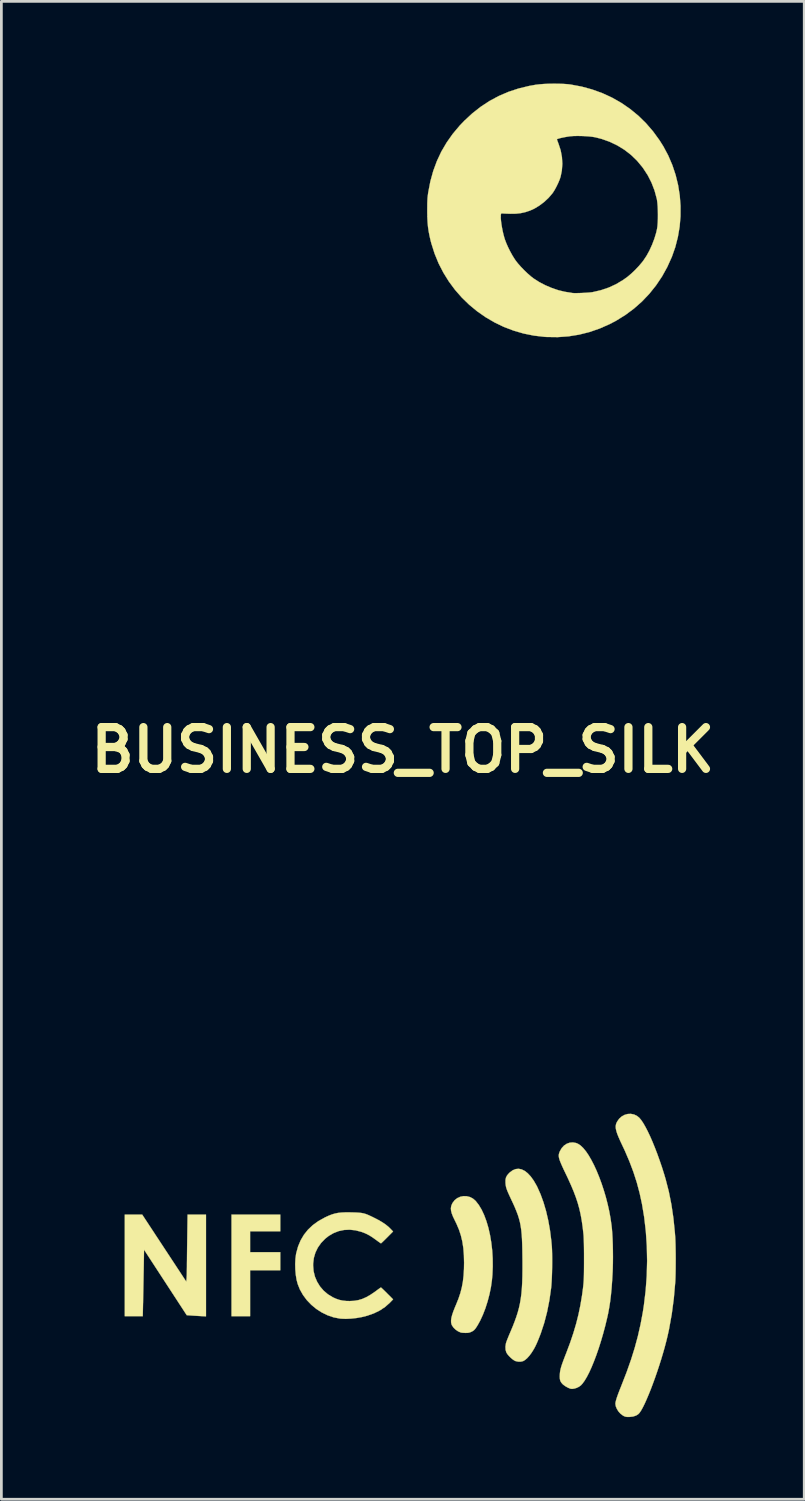
<source format=kicad_pcb>
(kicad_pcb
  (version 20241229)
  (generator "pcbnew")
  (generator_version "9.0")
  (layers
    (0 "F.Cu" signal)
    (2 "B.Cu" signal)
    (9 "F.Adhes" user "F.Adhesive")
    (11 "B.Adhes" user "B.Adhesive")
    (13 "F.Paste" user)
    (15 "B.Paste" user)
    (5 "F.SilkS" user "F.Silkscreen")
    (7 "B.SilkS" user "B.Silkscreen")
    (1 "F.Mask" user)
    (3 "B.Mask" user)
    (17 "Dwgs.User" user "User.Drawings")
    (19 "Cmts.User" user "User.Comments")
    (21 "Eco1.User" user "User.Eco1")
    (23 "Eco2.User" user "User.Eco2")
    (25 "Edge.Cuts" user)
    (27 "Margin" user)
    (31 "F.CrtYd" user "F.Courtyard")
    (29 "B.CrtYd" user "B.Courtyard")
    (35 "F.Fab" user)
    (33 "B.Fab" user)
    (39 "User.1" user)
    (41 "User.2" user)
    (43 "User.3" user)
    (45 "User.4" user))
  (footprint "BUSINESS_TOP_SILK"
    (layer "F.Cu")
    (at 11.655 24.329)
    (property "Reference" "BUSINESS_TOP_SILK" (at 0 0 0) (layer "F.SilkS") (effects (font (size 1.524 1.524) (thickness 0.3))))
    (attr through_hole)
    (fp_poly (pts (xy -4.473 17.572) (xy -5.575 17.572) (xy -5.575 18.334) (xy -4.473 18.334) (xy -4.473 18.995) (xy -5.575 18.995) (xy -5.575 20.672) (xy -6.253 20.672) (xy -6.253 16.962) (xy -4.473 16.962) (xy -4.473 17.572)) (stroke (width 0.01) (type solid)) (fill yes) (layer "F.SilkS"))
    (fp_poly (pts (xy -7.185 20.677) (xy -7.392 20.666) (xy -7.491 20.66) (xy -7.594 20.654) (xy -7.688 20.648) (xy -7.744 20.644) (xy -7.888 20.634) (xy -9.447 18.242) (xy -9.459 18.978) (xy -9.463 19.157) (xy -9.466 19.346) (xy -9.47 19.537) (xy -9.473 19.723) (xy -9.477 19.898) (xy -9.48 20.054) (xy -9.482 20.184) (xy -9.483 20.194) (xy -9.493 20.672) (xy -10.15 20.672) (xy -10.15 16.962) (xy -9.832 16.962) (xy -9.514 16.962) (xy -8.71 18.185) (xy -7.905 19.409) (xy -7.894 19.299) (xy -7.891 19.248) (xy -7.887 19.17) (xy -7.885 19.073) (xy -7.883 18.964) (xy -7.881 18.851) (xy -7.881 18.841) (xy -7.881 18.747) (xy -7.879 18.625) (xy -7.878 18.481) (xy -7.876 18.32) (xy -7.874 18.149) (xy -7.871 17.972) (xy -7.869 17.796) (xy -7.868 17.727) (xy -7.857 16.962) (xy -7.185 16.962) (xy -7.185 20.677)) (stroke (width 0.01) (type solid)) (fill yes) (layer "F.SilkS"))
    (fp_poly (pts (xy 2.332 16.291) (xy 2.449 16.32) (xy 2.559 16.376) (xy 2.657 16.46) (xy 2.657 16.46) (xy 2.771 16.605) (xy 2.876 16.779) (xy 2.97 16.98) (xy 3.053 17.204) (xy 3.125 17.447) (xy 3.184 17.708) (xy 3.23 17.982) (xy 3.263 18.266) (xy 3.281 18.558) (xy 3.284 18.854) (xy 3.272 19.15) (xy 3.253 19.359) (xy 3.217 19.612) (xy 3.164 19.87) (xy 3.096 20.128) (xy 3.016 20.379) (xy 2.925 20.615) (xy 2.826 20.83) (xy 2.742 20.983) (xy 2.689 21.068) (xy 2.646 21.13) (xy 2.606 21.174) (xy 2.565 21.207) (xy 2.516 21.234) (xy 2.499 21.242) (xy 2.44 21.266) (xy 2.379 21.278) (xy 2.301 21.281) (xy 2.288 21.281) (xy 2.219 21.278) (xy 2.159 21.274) (xy 2.12 21.267) (xy 2.118 21.267) (xy 2.021 21.225) (xy 1.93 21.163) (xy 1.852 21.088) (xy 1.796 21.007) (xy 1.778 20.965) (xy 1.763 20.898) (xy 1.762 20.822) (xy 1.774 20.732) (xy 1.801 20.626) (xy 1.843 20.499) (xy 1.902 20.35) (xy 1.946 20.246) (xy 2.032 20.032) (xy 2.101 19.826) (xy 2.154 19.621) (xy 2.193 19.412) (xy 2.219 19.189) (xy 2.233 18.947) (xy 2.237 18.719) (xy 2.23 18.438) (xy 2.21 18.183) (xy 2.174 17.948) (xy 2.121 17.726) (xy 2.051 17.512) (xy 1.961 17.3) (xy 1.901 17.177) (xy 1.834 17.038) (xy 1.788 16.921) (xy 1.762 16.82) (xy 1.755 16.731) (xy 1.768 16.648) (xy 1.8 16.568) (xy 1.819 16.532) (xy 1.895 16.433) (xy 1.989 16.36) (xy 2.097 16.311) (xy 2.213 16.288) (xy 2.332 16.291)) (stroke (width 0.01) (type solid)) (fill yes) (layer "F.SilkS"))
    (fp_poly (pts (xy 4.338 15.311) (xy 4.448 15.365) (xy 4.558 15.45) (xy 4.667 15.566) (xy 4.774 15.713) (xy 4.877 15.89) (xy 4.91 15.953) (xy 5.029 16.22) (xy 5.136 16.515) (xy 5.23 16.835) (xy 5.309 17.175) (xy 5.373 17.533) (xy 5.42 17.905) (xy 5.441 18.131) (xy 5.447 18.249) (xy 5.451 18.392) (xy 5.453 18.554) (xy 5.453 18.728) (xy 5.451 18.907) (xy 5.447 19.086) (xy 5.441 19.256) (xy 5.433 19.411) (xy 5.424 19.545) (xy 5.415 19.639) (xy 5.351 20.09) (xy 5.267 20.515) (xy 5.163 20.915) (xy 5.039 21.292) (xy 4.987 21.426) (xy 4.933 21.561) (xy 4.885 21.672) (xy 4.841 21.765) (xy 4.798 21.847) (xy 4.75 21.928) (xy 4.7 22.006) (xy 4.622 22.112) (xy 4.54 22.203) (xy 4.46 22.271) (xy 4.393 22.31) (xy 4.311 22.33) (xy 4.216 22.331) (xy 4.125 22.312) (xy 4.085 22.296) (xy 4.019 22.254) (xy 3.947 22.194) (xy 3.877 22.125) (xy 3.818 22.055) (xy 3.78 21.993) (xy 3.779 21.992) (xy 3.752 21.897) (xy 3.747 21.787) (xy 3.763 21.672) (xy 3.772 21.638) (xy 3.787 21.593) (xy 3.814 21.523) (xy 3.848 21.437) (xy 3.888 21.34) (xy 3.927 21.249) (xy 4.009 21.055) (xy 4.08 20.873) (xy 4.142 20.701) (xy 4.195 20.535) (xy 4.24 20.37) (xy 4.277 20.203) (xy 4.306 20.031) (xy 4.33 19.849) (xy 4.347 19.653) (xy 4.359 19.441) (xy 4.366 19.208) (xy 4.369 18.951) (xy 4.369 18.665) (xy 4.367 18.519) (xy 4.364 18.269) (xy 4.359 18.048) (xy 4.351 17.852) (xy 4.34 17.678) (xy 4.324 17.521) (xy 4.303 17.378) (xy 4.277 17.243) (xy 4.243 17.113) (xy 4.203 16.983) (xy 4.153 16.85) (xy 4.095 16.708) (xy 4.027 16.555) (xy 3.956 16.404) (xy 3.896 16.275) (xy 3.849 16.172) (xy 3.814 16.089) (xy 3.789 16.02) (xy 3.771 15.961) (xy 3.76 15.906) (xy 3.753 15.851) (xy 3.749 15.798) (xy 3.749 15.693) (xy 3.767 15.608) (xy 3.806 15.532) (xy 3.871 15.456) (xy 3.908 15.42) (xy 4.012 15.344) (xy 4.119 15.3) (xy 4.228 15.289) (xy 4.338 15.311)) (stroke (width 0.01) (type solid)) (fill yes) (layer "F.SilkS"))
    (fp_poly (pts (xy 8.439 13.306) (xy 8.547 13.357) (xy 8.634 13.427) (xy 8.701 13.508) (xy 8.776 13.618) (xy 8.855 13.756) (xy 8.94 13.918) (xy 9.027 14.102) (xy 9.116 14.305) (xy 9.205 14.524) (xy 9.294 14.756) (xy 9.381 14.999) (xy 9.466 15.249) (xy 9.546 15.504) (xy 9.597 15.678) (xy 9.712 16.126) (xy 9.806 16.598) (xy 9.879 17.094) (xy 9.932 17.616) (xy 9.946 17.799) (xy 9.951 17.912) (xy 9.956 18.052) (xy 9.959 18.213) (xy 9.962 18.388) (xy 9.963 18.571) (xy 9.962 18.756) (xy 9.961 18.936) (xy 9.958 19.104) (xy 9.954 19.254) (xy 9.949 19.379) (xy 9.946 19.427) (xy 9.894 20.022) (xy 9.818 20.596) (xy 9.718 21.151) (xy 9.667 21.384) (xy 9.617 21.59) (xy 9.56 21.806) (xy 9.497 22.028) (xy 9.429 22.255) (xy 9.357 22.482) (xy 9.282 22.708) (xy 9.205 22.929) (xy 9.127 23.143) (xy 9.05 23.347) (xy 8.973 23.537) (xy 8.899 23.711) (xy 8.829 23.867) (xy 8.763 24) (xy 8.702 24.11) (xy 8.648 24.191) (xy 8.606 24.239) (xy 8.518 24.297) (xy 8.405 24.334) (xy 8.271 24.349) (xy 8.245 24.349) (xy 8.173 24.347) (xy 8.119 24.337) (xy 8.069 24.316) (xy 8.037 24.298) (xy 7.952 24.235) (xy 7.876 24.152) (xy 7.816 24.057) (xy 7.775 23.959) (xy 7.761 23.866) (xy 7.761 23.865) (xy 7.767 23.813) (xy 7.785 23.738) (xy 7.815 23.64) (xy 7.859 23.515) (xy 7.917 23.363) (xy 7.989 23.183) (xy 7.993 23.172) (xy 8.173 22.709) (xy 8.33 22.263) (xy 8.466 21.828) (xy 8.582 21.398) (xy 8.68 20.966) (xy 8.762 20.527) (xy 8.801 20.274) (xy 8.865 19.741) (xy 8.905 19.199) (xy 8.919 18.653) (xy 8.908 18.109) (xy 8.872 17.573) (xy 8.811 17.049) (xy 8.733 16.58) (xy 8.646 16.178) (xy 8.542 15.788) (xy 8.418 15.405) (xy 8.273 15.02) (xy 8.104 14.626) (xy 8.016 14.439) (xy 7.938 14.273) (xy 7.876 14.132) (xy 7.829 14.014) (xy 7.797 13.914) (xy 7.778 13.83) (xy 7.771 13.757) (xy 7.777 13.693) (xy 7.793 13.633) (xy 7.821 13.575) (xy 7.822 13.572) (xy 7.897 13.464) (xy 7.99 13.38) (xy 8.095 13.322) (xy 8.208 13.289) (xy 8.325 13.284) (xy 8.439 13.306)) (stroke (width 0.01) (type solid)) (fill yes) (layer "F.SilkS"))
    (fp_poly (pts (xy -1.84 16.882) (xy -1.705 16.886) (xy -1.595 16.893) (xy -1.504 16.903) (xy -1.423 16.919) (xy -1.344 16.943) (xy -1.259 16.977) (xy -1.161 17.022) (xy -1.076 17.063) (xy -0.9 17.153) (xy -0.752 17.239) (xy -0.629 17.322) (xy -0.525 17.406) (xy -0.461 17.468) (xy -0.355 17.578) (xy -0.571 17.795) (xy -0.641 17.865) (xy -0.702 17.925) (xy -0.751 17.972) (xy -0.784 18.002) (xy -0.797 18.012) (xy -0.813 18.003) (xy -0.851 17.977) (xy -0.906 17.938) (xy -0.971 17.89) (xy -0.984 17.881) (xy -1.105 17.794) (xy -1.212 17.726) (xy -1.313 17.672) (xy -1.417 17.626) (xy -1.517 17.59) (xy -1.731 17.535) (xy -1.941 17.513) (xy -2.146 17.523) (xy -2.344 17.565) (xy -2.532 17.639) (xy -2.71 17.744) (xy -2.835 17.844) (xy -2.984 17.998) (xy -3.103 18.168) (xy -3.191 18.35) (xy -3.248 18.545) (xy -3.273 18.75) (xy -3.274 18.817) (xy -3.257 19.026) (xy -3.208 19.226) (xy -3.129 19.412) (xy -3.023 19.584) (xy -2.892 19.737) (xy -2.737 19.869) (xy -2.56 19.978) (xy -2.439 20.033) (xy -2.317 20.075) (xy -2.196 20.101) (xy -2.065 20.115) (xy -1.94 20.118) (xy -1.779 20.11) (xy -1.627 20.085) (xy -1.48 20.041) (xy -1.331 19.975) (xy -1.176 19.886) (xy -1.008 19.772) (xy -0.953 19.731) (xy -0.893 19.686) (xy -0.843 19.651) (xy -0.809 19.628) (xy -0.798 19.622) (xy -0.783 19.633) (xy -0.749 19.665) (xy -0.698 19.713) (xy -0.636 19.774) (xy -0.571 19.839) (xy -0.354 20.056) (xy -0.478 20.184) (xy -0.645 20.332) (xy -0.837 20.46) (xy -1.055 20.567) (xy -1.299 20.653) (xy -1.488 20.701) (xy -1.688 20.737) (xy -1.889 20.759) (xy -2.082 20.768) (xy -2.256 20.761) (xy -2.303 20.756) (xy -2.529 20.712) (xy -2.75 20.636) (xy -2.96 20.533) (xy -3.159 20.405) (xy -3.341 20.254) (xy -3.504 20.084) (xy -3.643 19.897) (xy -3.757 19.696) (xy -3.836 19.498) (xy -3.878 19.34) (xy -3.907 19.159) (xy -3.924 18.966) (xy -3.929 18.77) (xy -3.92 18.581) (xy -3.898 18.408) (xy -3.89 18.368) (xy -3.823 18.124) (xy -3.729 17.9) (xy -3.609 17.697) (xy -3.462 17.513) (xy -3.287 17.347) (xy -3.084 17.2) (xy -2.851 17.07) (xy -2.838 17.063) (xy -2.712 17.005) (xy -2.596 16.959) (xy -2.484 16.925) (xy -2.369 16.901) (xy -2.244 16.887) (xy -2.103 16.88) (xy -1.938 16.88) (xy -1.84 16.882)) (stroke (width 0.01) (type solid)) (fill yes) (layer "F.SilkS"))
    (fp_poly (pts (xy 6.327 14.348) (xy 6.392 14.375) (xy 6.487 14.437) (xy 6.585 14.53) (xy 6.685 14.651) (xy 6.785 14.798) (xy 6.884 14.969) (xy 6.982 15.159) (xy 7.077 15.367) (xy 7.169 15.591) (xy 7.256 15.826) (xy 7.337 16.072) (xy 7.412 16.324) (xy 7.478 16.581) (xy 7.536 16.839) (xy 7.583 17.097) (xy 7.619 17.351) (xy 7.634 17.485) (xy 7.647 17.654) (xy 7.658 17.848) (xy 7.666 18.061) (xy 7.67 18.284) (xy 7.672 18.509) (xy 7.67 18.728) (xy 7.665 18.935) (xy 7.661 19.046) (xy 7.643 19.358) (xy 7.623 19.642) (xy 7.598 19.901) (xy 7.569 20.14) (xy 7.534 20.363) (xy 7.495 20.575) (xy 7.462 20.723) (xy 7.392 21.015) (xy 7.316 21.299) (xy 7.236 21.574) (xy 7.153 21.837) (xy 7.067 22.085) (xy 6.98 22.316) (xy 6.893 22.528) (xy 6.807 22.718) (xy 6.722 22.883) (xy 6.639 23.022) (xy 6.56 23.131) (xy 6.504 23.192) (xy 6.434 23.245) (xy 6.349 23.287) (xy 6.26 23.314) (xy 6.177 23.325) (xy 6.117 23.317) (xy 6.03 23.281) (xy 5.94 23.231) (xy 5.861 23.174) (xy 5.829 23.145) (xy 5.781 23.088) (xy 5.75 23.03) (xy 5.734 22.963) (xy 5.729 22.877) (xy 5.732 22.801) (xy 5.737 22.737) (xy 5.745 22.674) (xy 5.759 22.608) (xy 5.778 22.534) (xy 5.805 22.448) (xy 5.841 22.345) (xy 5.887 22.222) (xy 5.944 22.073) (xy 5.969 22.011) (xy 6.108 21.64) (xy 6.227 21.287) (xy 6.328 20.946) (xy 6.413 20.608) (xy 6.484 20.266) (xy 6.543 19.913) (xy 6.578 19.652) (xy 6.587 19.571) (xy 6.595 19.496) (xy 6.601 19.422) (xy 6.606 19.344) (xy 6.61 19.259) (xy 6.612 19.161) (xy 6.614 19.046) (xy 6.615 18.909) (xy 6.616 18.746) (xy 6.616 18.614) (xy 6.616 18.38) (xy 6.614 18.175) (xy 6.611 17.999) (xy 6.606 17.853) (xy 6.601 17.739) (xy 6.595 17.673) (xy 6.566 17.414) (xy 6.532 17.177) (xy 6.492 16.956) (xy 6.444 16.745) (xy 6.387 16.539) (xy 6.318 16.331) (xy 6.237 16.116) (xy 6.141 15.888) (xy 6.029 15.64) (xy 5.961 15.497) (xy 5.884 15.337) (xy 5.822 15.203) (xy 5.774 15.093) (xy 5.737 15.002) (xy 5.712 14.927) (xy 5.698 14.865) (xy 5.693 14.811) (xy 5.697 14.763) (xy 5.708 14.716) (xy 5.727 14.668) (xy 5.734 14.65) (xy 5.801 14.534) (xy 5.886 14.441) (xy 5.986 14.375) (xy 6.095 14.336) (xy 6.21 14.327) (xy 6.327 14.348)) (stroke (width 0.01) (type solid)) (fill yes) (layer "F.SilkS"))
    (fp_poly (pts (xy 5.698 -24.322) (xy 5.871 -24.316) (xy 6.025 -24.305) (xy 6.125 -24.293) (xy 6.527 -24.218) (xy 6.914 -24.112) (xy 7.285 -23.978) (xy 7.64 -23.814) (xy 7.978 -23.622) (xy 8.297 -23.402) (xy 8.597 -23.156) (xy 8.876 -22.883) (xy 9.134 -22.585) (xy 9.369 -22.262) (xy 9.511 -22.037) (xy 9.69 -21.702) (xy 9.84 -21.352) (xy 9.96 -20.991) (xy 10.05 -20.621) (xy 10.11 -20.244) (xy 10.139 -19.864) (xy 10.138 -19.483) (xy 10.106 -19.104) (xy 10.042 -18.729) (xy 9.948 -18.36) (xy 9.822 -18.001) (xy 9.821 -18) (xy 9.656 -17.634) (xy 9.464 -17.287) (xy 9.245 -16.961) (xy 9.001 -16.656) (xy 8.732 -16.373) (xy 8.439 -16.114) (xy 8.124 -15.88) (xy 7.787 -15.671) (xy 7.549 -15.546) (xy 7.184 -15.385) (xy 6.812 -15.257) (xy 6.432 -15.162) (xy 6.047 -15.1) (xy 5.655 -15.072) (xy 5.258 -15.077) (xy 5.174 -15.082) (xy 4.787 -15.127) (xy 4.41 -15.203) (xy 4.043 -15.31) (xy 3.688 -15.445) (xy 3.348 -15.609) (xy 3.023 -15.799) (xy 2.715 -16.014) (xy 2.425 -16.253) (xy 2.155 -16.515) (xy 1.907 -16.798) (xy 1.682 -17.102) (xy 1.482 -17.424) (xy 1.307 -17.763) (xy 1.161 -18.119) (xy 1.043 -18.49) (xy 1.015 -18.597) (xy 0.975 -18.771) (xy 0.944 -18.932) (xy 0.921 -19.088) (xy 0.906 -19.248) (xy 0.896 -19.42) (xy 0.895 -19.478) (xy 3.576 -19.478) (xy 3.578 -19.395) (xy 3.587 -19.296) (xy 3.602 -19.184) (xy 3.622 -19.065) (xy 3.646 -18.943) (xy 3.674 -18.821) (xy 3.706 -18.704) (xy 3.727 -18.636) (xy 3.777 -18.504) (xy 3.842 -18.356) (xy 3.918 -18.203) (xy 3.999 -18.056) (xy 4.08 -17.926) (xy 4.113 -17.877) (xy 4.2 -17.765) (xy 4.308 -17.642) (xy 4.429 -17.517) (xy 4.554 -17.397) (xy 4.676 -17.29) (xy 4.779 -17.211) (xy 4.981 -17.082) (xy 5.205 -16.965) (xy 5.441 -16.865) (xy 5.679 -16.784) (xy 5.912 -16.728) (xy 5.973 -16.718) (xy 6.05 -16.706) (xy 6.118 -16.695) (xy 6.168 -16.686) (xy 6.185 -16.683) (xy 6.23 -16.679) (xy 6.302 -16.678) (xy 6.393 -16.679) (xy 6.496 -16.682) (xy 6.604 -16.687) (xy 6.71 -16.693) (xy 6.805 -16.7) (xy 6.884 -16.708) (xy 6.928 -16.714) (xy 7.233 -16.785) (xy 7.519 -16.882) (xy 7.788 -17.006) (xy 8.043 -17.159) (xy 8.21 -17.279) (xy 8.342 -17.391) (xy 8.48 -17.522) (xy 8.615 -17.665) (xy 8.737 -17.808) (xy 8.784 -17.87) (xy 8.897 -18.039) (xy 9.004 -18.233) (xy 9.1 -18.444) (xy 9.183 -18.662) (xy 9.249 -18.879) (xy 9.281 -19.02) (xy 9.296 -19.12) (xy 9.306 -19.245) (xy 9.312 -19.387) (xy 9.313 -19.538) (xy 9.311 -19.691) (xy 9.305 -19.838) (xy 9.294 -19.97) (xy 9.28 -20.08) (xy 9.272 -20.122) (xy 9.19 -20.425) (xy 9.08 -20.71) (xy 8.942 -20.981) (xy 8.772 -21.242) (xy 8.745 -21.278) (xy 8.551 -21.512) (xy 8.333 -21.723) (xy 8.093 -21.909) (xy 7.833 -22.069) (xy 7.556 -22.202) (xy 7.262 -22.307) (xy 7.024 -22.368) (xy 6.921 -22.385) (xy 6.794 -22.399) (xy 6.651 -22.409) (xy 6.503 -22.415) (xy 6.358 -22.416) (xy 6.226 -22.413) (xy 6.116 -22.405) (xy 6.098 -22.403) (xy 6.009 -22.389) (xy 5.917 -22.373) (xy 5.828 -22.355) (xy 5.748 -22.337) (xy 5.684 -22.319) (xy 5.641 -22.305) (xy 5.626 -22.294) (xy 5.632 -22.272) (xy 5.648 -22.227) (xy 5.671 -22.166) (xy 5.684 -22.131) (xy 5.763 -21.891) (xy 5.809 -21.646) (xy 5.824 -21.398) (xy 5.806 -21.152) (xy 5.76 -20.927) (xy 5.725 -20.823) (xy 5.675 -20.704) (xy 5.615 -20.579) (xy 5.551 -20.459) (xy 5.487 -20.356) (xy 5.456 -20.313) (xy 5.319 -20.154) (xy 5.159 -20.005) (xy 4.984 -19.873) (xy 4.802 -19.763) (xy 4.643 -19.691) (xy 4.475 -19.635) (xy 4.308 -19.598) (xy 4.132 -19.578) (xy 3.936 -19.575) (xy 3.897 -19.576) (xy 3.805 -19.579) (xy 3.723 -19.582) (xy 3.659 -19.586) (xy 3.619 -19.589) (xy 3.609 -19.59) (xy 3.59 -19.58) (xy 3.579 -19.541) (xy 3.576 -19.478) (xy 0.895 -19.478) (xy 0.892 -19.614) (xy 0.892 -19.698) (xy 0.893 -19.845) (xy 0.894 -19.965) (xy 0.898 -20.065) (xy 0.903 -20.153) (xy 0.912 -20.234) (xy 0.923 -20.318) (xy 0.929 -20.359) (xy 1.006 -20.758) (xy 1.111 -21.138) (xy 1.245 -21.5) (xy 1.407 -21.846) (xy 1.6 -22.175) (xy 1.822 -22.49) (xy 2.075 -22.792) (xy 2.244 -22.969) (xy 2.538 -23.241) (xy 2.845 -23.482) (xy 3.166 -23.693) (xy 3.502 -23.874) (xy 3.854 -24.025) (xy 4.223 -24.147) (xy 4.61 -24.241) (xy 4.855 -24.285) (xy 4.992 -24.301) (xy 5.154 -24.314) (xy 5.331 -24.321) (xy 5.515 -24.324) (xy 5.698 -24.322)) (stroke (width 0.01) (type solid)) (fill yes) (layer "F.SilkS")))
  (gr_rect
    (start -3 -3)
    (end 26.31 51.683)
    (stroke (width 0.1) (type default))
    (fill no)
    (layer "Edge.Cuts")))
</source>
